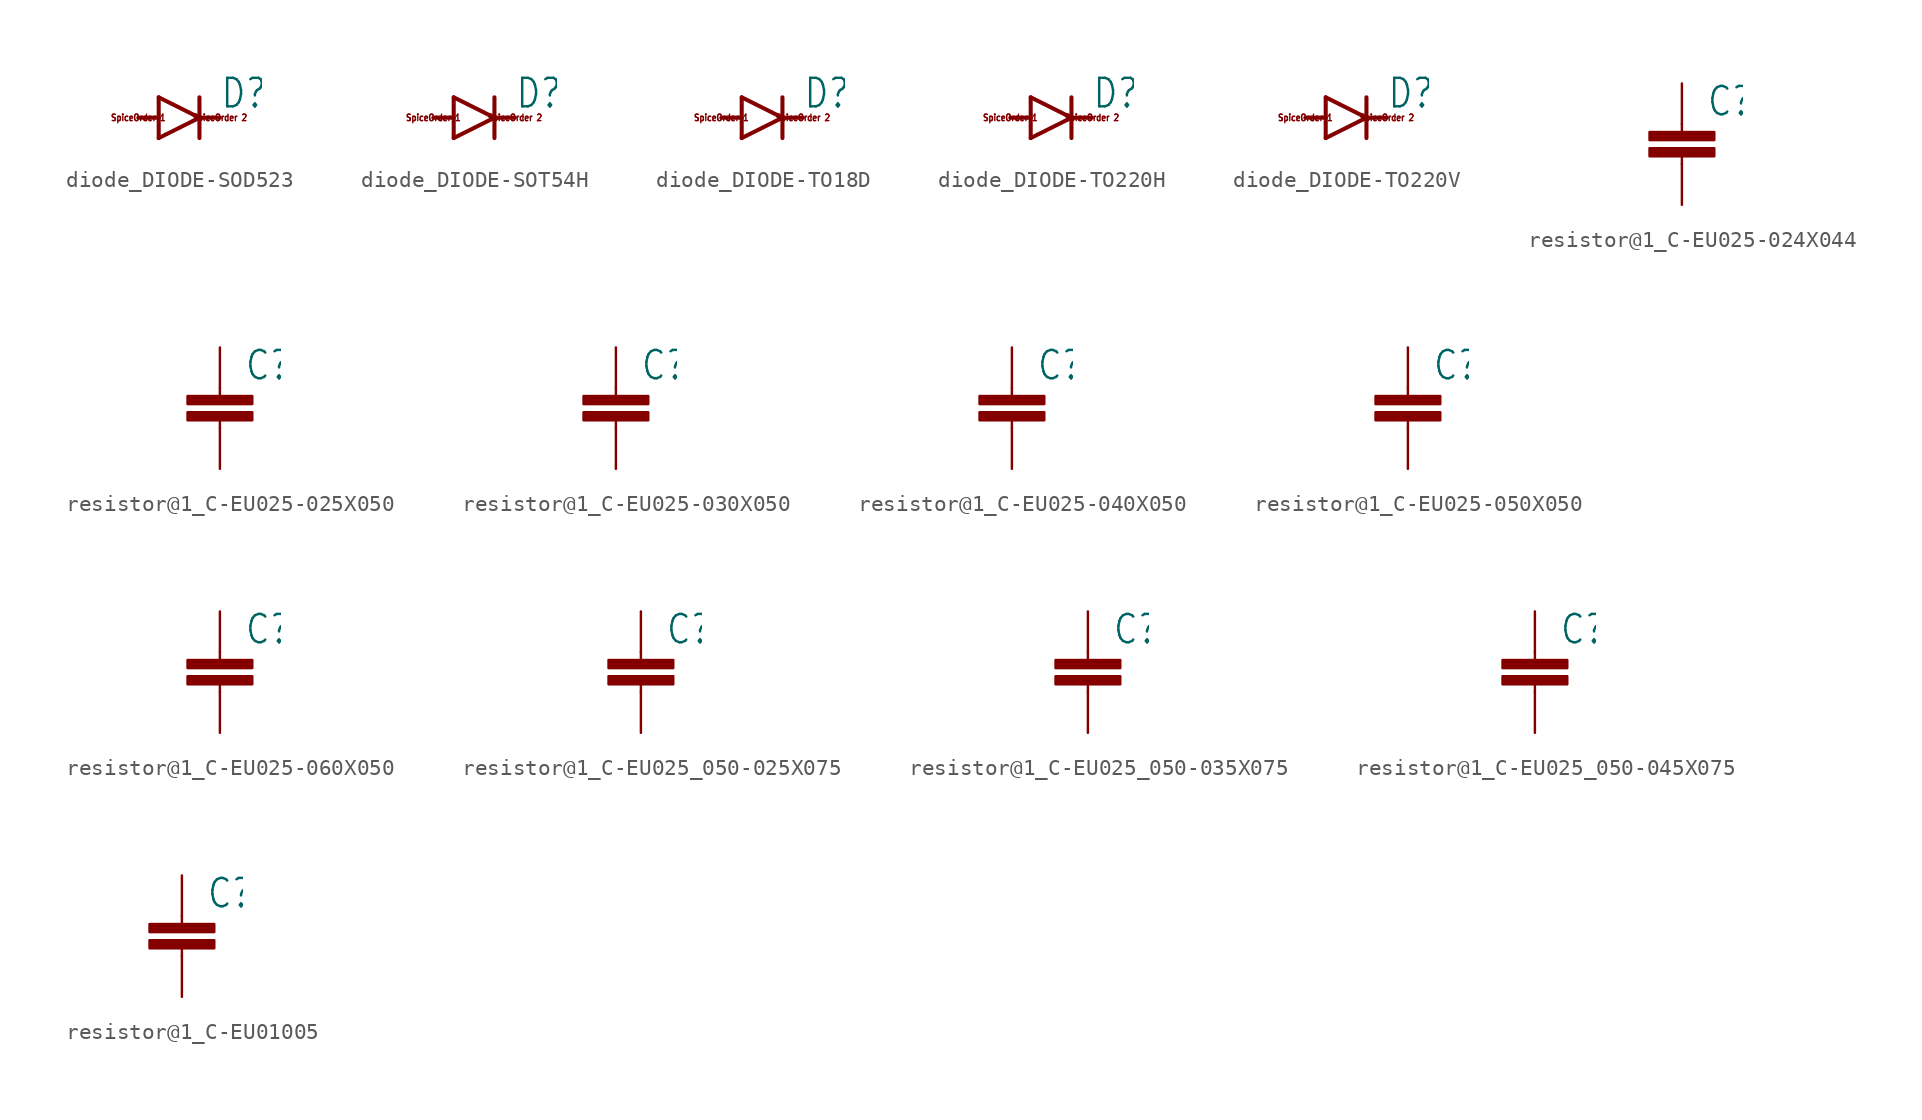
<source format=kicad_sym>
(kicad_symbol_lib
  (version 20231120)
  (generator "kicad_symbol_editor")
  (generator_version "8.0")
  (symbol "diode_DIODE-SOD523"
    (property "Reference" "D"
      (at 2.54 0.483 0)
      (effects (font (size 1.778 1.511)) (justify left bottom)))
    (property "Value" ""
      (at 2.54 -2.311 0)
      (effects (font (size 1.778 1.511)) (justify left bottom)))
    (property "ki_locked" ""
      (at 0 0 0)
      (effects (font (size 1.27 1.27))))
    (symbol "diode_DIODE-SOD523_1_0"
      (polyline (pts (xy -1.27 -1.27) (xy 1.27 0)) (stroke (width 0.254) (type solid)) (fill (type none)))
      (polyline (pts (xy -1.27 0) (xy -2.54 0)) (stroke (width 0.254) (type solid)) (fill (type none)))
      (polyline (pts (xy -1.27 0) (xy -1.27 -1.27)) (stroke (width 0.254) (type solid)) (fill (type none)))
      (polyline (pts (xy -1.27 1.27) (xy -1.27 0)) (stroke (width 0.254) (type solid)) (fill (type none)))
      (polyline (pts (xy 1.27 0) (xy -1.27 1.27)) (stroke (width 0.254) (type solid)) (fill (type none)))
      (polyline (pts (xy 1.27 0) (xy 1.27 -1.27)) (stroke (width 0.254) (type solid)) (fill (type none)))
      (polyline (pts (xy 1.27 1.27) (xy 1.27 0)) (stroke (width 0.254) (type solid)) (fill (type none)))
      (polyline (pts (xy 2.54 0) (xy 1.27 0)) (stroke (width 0.254) (type solid)) (fill (type none)))
      (text "SpiceOrder 1" (at -2.54 0 0) (effects (font (size 0.406 0.345))))
      (text "SpiceOrder 2" (at 2.54 0 0) (effects (font (size 0.406 0.345))))
      (pin passive line (at -2.54 0 0) (length 0) (name "A" (effects (font (size 0 0)))) (number "A" (effects (font (size 0 0)))))
      (pin passive line (at 2.54 0 180) (length 0) (name "C" (effects (font (size 0 0)))) (number "C" (effects (font (size 0 0)))))))
  (symbol "diode_DIODE-SOT54H"
    (property "Reference" "D"
      (at 2.54 0.483 0)
      (effects (font (size 1.778 1.511)) (justify left bottom)))
    (property "Value" ""
      (at 2.54 -2.311 0)
      (effects (font (size 1.778 1.511)) (justify left bottom)))
    (property "ki_locked" ""
      (at 0 0 0)
      (effects (font (size 1.27 1.27))))
    (symbol "diode_DIODE-SOT54H_1_0"
      (polyline (pts (xy -1.27 -1.27) (xy 1.27 0)) (stroke (width 0.254) (type solid)) (fill (type none)))
      (polyline (pts (xy -1.27 0) (xy -2.54 0)) (stroke (width 0.254) (type solid)) (fill (type none)))
      (polyline (pts (xy -1.27 0) (xy -1.27 -1.27)) (stroke (width 0.254) (type solid)) (fill (type none)))
      (polyline (pts (xy -1.27 1.27) (xy -1.27 0)) (stroke (width 0.254) (type solid)) (fill (type none)))
      (polyline (pts (xy 1.27 0) (xy -1.27 1.27)) (stroke (width 0.254) (type solid)) (fill (type none)))
      (polyline (pts (xy 1.27 0) (xy 1.27 -1.27)) (stroke (width 0.254) (type solid)) (fill (type none)))
      (polyline (pts (xy 1.27 1.27) (xy 1.27 0)) (stroke (width 0.254) (type solid)) (fill (type none)))
      (polyline (pts (xy 2.54 0) (xy 1.27 0)) (stroke (width 0.254) (type solid)) (fill (type none)))
      (text "SpiceOrder 1" (at -2.54 0 0) (effects (font (size 0.406 0.345))))
      (text "SpiceOrder 2" (at 2.54 0 0) (effects (font (size 0.406 0.345))))
      (pin passive line (at -2.54 0 0) (length 0) (name "A" (effects (font (size 0 0)))) (number "A" (effects (font (size 0 0)))))
      (pin passive line (at 2.54 0 180) (length 0) (name "C" (effects (font (size 0 0)))) (number "C" (effects (font (size 0 0)))))))
  (symbol "diode_DIODE-TO18D"
    (property "Reference" "D"
      (at 2.54 0.483 0)
      (effects (font (size 1.778 1.511)) (justify left bottom)))
    (property "Value" ""
      (at 2.54 -2.311 0)
      (effects (font (size 1.778 1.511)) (justify left bottom)))
    (property "ki_locked" ""
      (at 0 0 0)
      (effects (font (size 1.27 1.27))))
    (symbol "diode_DIODE-TO18D_1_0"
      (polyline (pts (xy -1.27 -1.27) (xy 1.27 0)) (stroke (width 0.254) (type solid)) (fill (type none)))
      (polyline (pts (xy -1.27 0) (xy -2.54 0)) (stroke (width 0.254) (type solid)) (fill (type none)))
      (polyline (pts (xy -1.27 0) (xy -1.27 -1.27)) (stroke (width 0.254) (type solid)) (fill (type none)))
      (polyline (pts (xy -1.27 1.27) (xy -1.27 0)) (stroke (width 0.254) (type solid)) (fill (type none)))
      (polyline (pts (xy 1.27 0) (xy -1.27 1.27)) (stroke (width 0.254) (type solid)) (fill (type none)))
      (polyline (pts (xy 1.27 0) (xy 1.27 -1.27)) (stroke (width 0.254) (type solid)) (fill (type none)))
      (polyline (pts (xy 1.27 1.27) (xy 1.27 0)) (stroke (width 0.254) (type solid)) (fill (type none)))
      (polyline (pts (xy 2.54 0) (xy 1.27 0)) (stroke (width 0.254) (type solid)) (fill (type none)))
      (text "SpiceOrder 1" (at -2.54 0 0) (effects (font (size 0.406 0.345))))
      (text "SpiceOrder 2" (at 2.54 0 0) (effects (font (size 0.406 0.345))))
      (pin passive line (at -2.54 0 0) (length 0) (name "A" (effects (font (size 0 0)))) (number "A" (effects (font (size 0 0)))))
      (pin passive line (at 2.54 0 180) (length 0) (name "C" (effects (font (size 0 0)))) (number "C" (effects (font (size 0 0)))))))
  (symbol "diode_DIODE-TO220H"
    (property "Reference" "D"
      (at 2.54 0.483 0)
      (effects (font (size 1.778 1.511)) (justify left bottom)))
    (property "Value" ""
      (at 2.54 -2.311 0)
      (effects (font (size 1.778 1.511)) (justify left bottom)))
    (property "ki_locked" ""
      (at 0 0 0)
      (effects (font (size 1.27 1.27))))
    (symbol "diode_DIODE-TO220H_1_0"
      (polyline (pts (xy -1.27 -1.27) (xy 1.27 0)) (stroke (width 0.254) (type solid)) (fill (type none)))
      (polyline (pts (xy -1.27 0) (xy -2.54 0)) (stroke (width 0.254) (type solid)) (fill (type none)))
      (polyline (pts (xy -1.27 0) (xy -1.27 -1.27)) (stroke (width 0.254) (type solid)) (fill (type none)))
      (polyline (pts (xy -1.27 1.27) (xy -1.27 0)) (stroke (width 0.254) (type solid)) (fill (type none)))
      (polyline (pts (xy 1.27 0) (xy -1.27 1.27)) (stroke (width 0.254) (type solid)) (fill (type none)))
      (polyline (pts (xy 1.27 0) (xy 1.27 -1.27)) (stroke (width 0.254) (type solid)) (fill (type none)))
      (polyline (pts (xy 1.27 1.27) (xy 1.27 0)) (stroke (width 0.254) (type solid)) (fill (type none)))
      (polyline (pts (xy 2.54 0) (xy 1.27 0)) (stroke (width 0.254) (type solid)) (fill (type none)))
      (text "SpiceOrder 1" (at -2.54 0 0) (effects (font (size 0.406 0.345))))
      (text "SpiceOrder 2" (at 2.54 0 0) (effects (font (size 0.406 0.345))))
      (pin passive line (at -2.54 0 0) (length 0) (name "A" (effects (font (size 0 0)))) (number "A" (effects (font (size 0 0)))))
      (pin passive line (at 2.54 0 180) (length 0) (name "C" (effects (font (size 0 0)))) (number "C" (effects (font (size 0 0)))))))
  (symbol "diode_DIODE-TO220V"
    (property "Reference" "D"
      (at 2.54 0.483 0)
      (effects (font (size 1.778 1.511)) (justify left bottom)))
    (property "Value" ""
      (at 2.54 -2.311 0)
      (effects (font (size 1.778 1.511)) (justify left bottom)))
    (property "ki_locked" ""
      (at 0 0 0)
      (effects (font (size 1.27 1.27))))
    (symbol "diode_DIODE-TO220V_1_0"
      (polyline (pts (xy -1.27 -1.27) (xy 1.27 0)) (stroke (width 0.254) (type solid)) (fill (type none)))
      (polyline (pts (xy -1.27 0) (xy -2.54 0)) (stroke (width 0.254) (type solid)) (fill (type none)))
      (polyline (pts (xy -1.27 0) (xy -1.27 -1.27)) (stroke (width 0.254) (type solid)) (fill (type none)))
      (polyline (pts (xy -1.27 1.27) (xy -1.27 0)) (stroke (width 0.254) (type solid)) (fill (type none)))
      (polyline (pts (xy 1.27 0) (xy -1.27 1.27)) (stroke (width 0.254) (type solid)) (fill (type none)))
      (polyline (pts (xy 1.27 0) (xy 1.27 -1.27)) (stroke (width 0.254) (type solid)) (fill (type none)))
      (polyline (pts (xy 1.27 1.27) (xy 1.27 0)) (stroke (width 0.254) (type solid)) (fill (type none)))
      (polyline (pts (xy 2.54 0) (xy 1.27 0)) (stroke (width 0.254) (type solid)) (fill (type none)))
      (text "SpiceOrder 1" (at -2.54 0 0) (effects (font (size 0.406 0.345))))
      (text "SpiceOrder 2" (at 2.54 0 0) (effects (font (size 0.406 0.345))))
      (pin passive line (at -2.54 0 0) (length 0) (name "A" (effects (font (size 0 0)))) (number "A" (effects (font (size 0 0)))))
      (pin passive line (at 2.54 0 180) (length 0) (name "C" (effects (font (size 0 0)))) (number "C" (effects (font (size 0 0)))))))
  (symbol "resistor@1_C-EU025-024X044"
    (property "Reference" "C"
      (at 1.524 0.381 0)
      (effects (font (size 1.778 1.511)) (justify left bottom)))
    (property "Value" ""
      (at 1.524 -4.699 0)
      (effects (font (size 1.778 1.511)) (justify left bottom)))
    (property "ki_locked" ""
      (at 0 0 0)
      (effects (font (size 1.27 1.27))))
    (symbol "resistor@1_C-EU025-024X044_1_0"
      (rectangle (start -2.032 -2.032) (end 2.032 -1.524) (stroke (width 0) (type default)) (fill (type outline)))
      (rectangle (start -2.032 -1.016) (end 2.032 -0.508) (stroke (width 0) (type default)) (fill (type outline)))
      (polyline (pts (xy 0 -2.54) (xy 0 -2.032)) (stroke (width 0.152) (type solid)) (fill (type none)))
      (polyline (pts (xy 0 0) (xy 0 -0.508)) (stroke (width 0.152) (type solid)) (fill (type none)))
      (pin passive line (at 0 2.54 270) (length 2.54) (name "1" (effects (font (size 0 0)))) (number "1" (effects (font (size 0 0)))))
      (pin passive line (at 0 -5.08 90) (length 2.54) (name "2" (effects (font (size 0 0)))) (number "2" (effects (font (size 0 0)))))))
  (symbol "resistor@1_C-EU025-025X050"
    (property "Reference" "C"
      (at 1.524 0.381 0)
      (effects (font (size 1.778 1.511)) (justify left bottom)))
    (property "Value" ""
      (at 1.524 -4.699 0)
      (effects (font (size 1.778 1.511)) (justify left bottom)))
    (property "ki_locked" ""
      (at 0 0 0)
      (effects (font (size 1.27 1.27))))
    (symbol "resistor@1_C-EU025-025X050_1_0"
      (rectangle (start -2.032 -2.032) (end 2.032 -1.524) (stroke (width 0) (type default)) (fill (type outline)))
      (rectangle (start -2.032 -1.016) (end 2.032 -0.508) (stroke (width 0) (type default)) (fill (type outline)))
      (polyline (pts (xy 0 -2.54) (xy 0 -2.032)) (stroke (width 0.152) (type solid)) (fill (type none)))
      (polyline (pts (xy 0 0) (xy 0 -0.508)) (stroke (width 0.152) (type solid)) (fill (type none)))
      (pin passive line (at 0 2.54 270) (length 2.54) (name "1" (effects (font (size 0 0)))) (number "1" (effects (font (size 0 0)))))
      (pin passive line (at 0 -5.08 90) (length 2.54) (name "2" (effects (font (size 0 0)))) (number "2" (effects (font (size 0 0)))))))
  (symbol "resistor@1_C-EU025-030X050"
    (property "Reference" "C"
      (at 1.524 0.381 0)
      (effects (font (size 1.778 1.511)) (justify left bottom)))
    (property "Value" ""
      (at 1.524 -4.699 0)
      (effects (font (size 1.778 1.511)) (justify left bottom)))
    (property "ki_locked" ""
      (at 0 0 0)
      (effects (font (size 1.27 1.27))))
    (symbol "resistor@1_C-EU025-030X050_1_0"
      (rectangle (start -2.032 -2.032) (end 2.032 -1.524) (stroke (width 0) (type default)) (fill (type outline)))
      (rectangle (start -2.032 -1.016) (end 2.032 -0.508) (stroke (width 0) (type default)) (fill (type outline)))
      (polyline (pts (xy 0 -2.54) (xy 0 -2.032)) (stroke (width 0.152) (type solid)) (fill (type none)))
      (polyline (pts (xy 0 0) (xy 0 -0.508)) (stroke (width 0.152) (type solid)) (fill (type none)))
      (pin passive line (at 0 2.54 270) (length 2.54) (name "1" (effects (font (size 0 0)))) (number "1" (effects (font (size 0 0)))))
      (pin passive line (at 0 -5.08 90) (length 2.54) (name "2" (effects (font (size 0 0)))) (number "2" (effects (font (size 0 0)))))))
  (symbol "resistor@1_C-EU025-040X050"
    (property "Reference" "C"
      (at 1.524 0.381 0)
      (effects (font (size 1.778 1.511)) (justify left bottom)))
    (property "Value" ""
      (at 1.524 -4.699 0)
      (effects (font (size 1.778 1.511)) (justify left bottom)))
    (property "ki_locked" ""
      (at 0 0 0)
      (effects (font (size 1.27 1.27))))
    (symbol "resistor@1_C-EU025-040X050_1_0"
      (rectangle (start -2.032 -2.032) (end 2.032 -1.524) (stroke (width 0) (type default)) (fill (type outline)))
      (rectangle (start -2.032 -1.016) (end 2.032 -0.508) (stroke (width 0) (type default)) (fill (type outline)))
      (polyline (pts (xy 0 -2.54) (xy 0 -2.032)) (stroke (width 0.152) (type solid)) (fill (type none)))
      (polyline (pts (xy 0 0) (xy 0 -0.508)) (stroke (width 0.152) (type solid)) (fill (type none)))
      (pin passive line (at 0 2.54 270) (length 2.54) (name "1" (effects (font (size 0 0)))) (number "1" (effects (font (size 0 0)))))
      (pin passive line (at 0 -5.08 90) (length 2.54) (name "2" (effects (font (size 0 0)))) (number "2" (effects (font (size 0 0)))))))
  (symbol "resistor@1_C-EU025-050X050"
    (property "Reference" "C"
      (at 1.524 0.381 0)
      (effects (font (size 1.778 1.511)) (justify left bottom)))
    (property "Value" ""
      (at 1.524 -4.699 0)
      (effects (font (size 1.778 1.511)) (justify left bottom)))
    (property "ki_locked" ""
      (at 0 0 0)
      (effects (font (size 1.27 1.27))))
    (symbol "resistor@1_C-EU025-050X050_1_0"
      (rectangle (start -2.032 -2.032) (end 2.032 -1.524) (stroke (width 0) (type default)) (fill (type outline)))
      (rectangle (start -2.032 -1.016) (end 2.032 -0.508) (stroke (width 0) (type default)) (fill (type outline)))
      (polyline (pts (xy 0 -2.54) (xy 0 -2.032)) (stroke (width 0.152) (type solid)) (fill (type none)))
      (polyline (pts (xy 0 0) (xy 0 -0.508)) (stroke (width 0.152) (type solid)) (fill (type none)))
      (pin passive line (at 0 2.54 270) (length 2.54) (name "1" (effects (font (size 0 0)))) (number "1" (effects (font (size 0 0)))))
      (pin passive line (at 0 -5.08 90) (length 2.54) (name "2" (effects (font (size 0 0)))) (number "2" (effects (font (size 0 0)))))))
  (symbol "resistor@1_C-EU025-060X050"
    (property "Reference" "C"
      (at 1.524 0.381 0)
      (effects (font (size 1.778 1.511)) (justify left bottom)))
    (property "Value" ""
      (at 1.524 -4.699 0)
      (effects (font (size 1.778 1.511)) (justify left bottom)))
    (property "ki_locked" ""
      (at 0 0 0)
      (effects (font (size 1.27 1.27))))
    (symbol "resistor@1_C-EU025-060X050_1_0"
      (rectangle (start -2.032 -2.032) (end 2.032 -1.524) (stroke (width 0) (type default)) (fill (type outline)))
      (rectangle (start -2.032 -1.016) (end 2.032 -0.508) (stroke (width 0) (type default)) (fill (type outline)))
      (polyline (pts (xy 0 -2.54) (xy 0 -2.032)) (stroke (width 0.152) (type solid)) (fill (type none)))
      (polyline (pts (xy 0 0) (xy 0 -0.508)) (stroke (width 0.152) (type solid)) (fill (type none)))
      (pin passive line (at 0 2.54 270) (length 2.54) (name "1" (effects (font (size 0 0)))) (number "1" (effects (font (size 0 0)))))
      (pin passive line (at 0 -5.08 90) (length 2.54) (name "2" (effects (font (size 0 0)))) (number "2" (effects (font (size 0 0)))))))
  (symbol "resistor@1_C-EU025_050-025X075"
    (property "Reference" "C"
      (at 1.524 0.381 0)
      (effects (font (size 1.778 1.511)) (justify left bottom)))
    (property "Value" ""
      (at 1.524 -4.699 0)
      (effects (font (size 1.778 1.511)) (justify left bottom)))
    (property "ki_locked" ""
      (at 0 0 0)
      (effects (font (size 1.27 1.27))))
    (symbol "resistor@1_C-EU025_050-025X075_1_0"
      (rectangle (start -2.032 -2.032) (end 2.032 -1.524) (stroke (width 0) (type default)) (fill (type outline)))
      (rectangle (start -2.032 -1.016) (end 2.032 -0.508) (stroke (width 0) (type default)) (fill (type outline)))
      (polyline (pts (xy 0 -2.54) (xy 0 -2.032)) (stroke (width 0.152) (type solid)) (fill (type none)))
      (polyline (pts (xy 0 0) (xy 0 -0.508)) (stroke (width 0.152) (type solid)) (fill (type none)))
      (pin passive line (at 0 2.54 270) (length 2.54) (name "1" (effects (font (size 0 0)))) (number "1" (effects (font (size 0 0)))))
      (pin passive line (at 0 -5.08 90) (length 2.54) (name "2" (effects (font (size 0 0)))) (number "2" (effects (font (size 0 0)))))))
  (symbol "resistor@1_C-EU025_050-035X075"
    (property "Reference" "C"
      (at 1.524 0.381 0)
      (effects (font (size 1.778 1.511)) (justify left bottom)))
    (property "Value" ""
      (at 1.524 -4.699 0)
      (effects (font (size 1.778 1.511)) (justify left bottom)))
    (property "ki_locked" ""
      (at 0 0 0)
      (effects (font (size 1.27 1.27))))
    (symbol "resistor@1_C-EU025_050-035X075_1_0"
      (rectangle (start -2.032 -2.032) (end 2.032 -1.524) (stroke (width 0) (type default)) (fill (type outline)))
      (rectangle (start -2.032 -1.016) (end 2.032 -0.508) (stroke (width 0) (type default)) (fill (type outline)))
      (polyline (pts (xy 0 -2.54) (xy 0 -2.032)) (stroke (width 0.152) (type solid)) (fill (type none)))
      (polyline (pts (xy 0 0) (xy 0 -0.508)) (stroke (width 0.152) (type solid)) (fill (type none)))
      (pin passive line (at 0 2.54 270) (length 2.54) (name "1" (effects (font (size 0 0)))) (number "1" (effects (font (size 0 0)))))
      (pin passive line (at 0 -5.08 90) (length 2.54) (name "2" (effects (font (size 0 0)))) (number "2" (effects (font (size 0 0)))))))
  (symbol "resistor@1_C-EU025_050-045X075"
    (property "Reference" "C"
      (at 1.524 0.381 0)
      (effects (font (size 1.778 1.511)) (justify left bottom)))
    (property "Value" ""
      (at 1.524 -4.699 0)
      (effects (font (size 1.778 1.511)) (justify left bottom)))
    (property "ki_locked" ""
      (at 0 0 0)
      (effects (font (size 1.27 1.27))))
    (symbol "resistor@1_C-EU025_050-045X075_1_0"
      (rectangle (start -2.032 -2.032) (end 2.032 -1.524) (stroke (width 0) (type default)) (fill (type outline)))
      (rectangle (start -2.032 -1.016) (end 2.032 -0.508) (stroke (width 0) (type default)) (fill (type outline)))
      (polyline (pts (xy 0 -2.54) (xy 0 -2.032)) (stroke (width 0.152) (type solid)) (fill (type none)))
      (polyline (pts (xy 0 0) (xy 0 -0.508)) (stroke (width 0.152) (type solid)) (fill (type none)))
      (pin passive line (at 0 2.54 270) (length 2.54) (name "1" (effects (font (size 0 0)))) (number "1" (effects (font (size 0 0)))))
      (pin passive line (at 0 -5.08 90) (length 2.54) (name "2" (effects (font (size 0 0)))) (number "2" (effects (font (size 0 0)))))))
  (symbol "resistor@1_C-EU01005"
    (property "Reference" "C"
      (at 1.524 0.381 0)
      (effects (font (size 1.778 1.511)) (justify left bottom)))
    (property "Value" ""
      (at 1.524 -4.699 0)
      (effects (font (size 1.778 1.511)) (justify left bottom)))
    (property "ki_locked" ""
      (at 0 0 0)
      (effects (font (size 1.27 1.27))))
    (symbol "resistor@1_C-EU01005_1_0"
      (rectangle (start -2.032 -2.032) (end 2.032 -1.524) (stroke (width 0) (type default)) (fill (type outline)))
      (rectangle (start -2.032 -1.016) (end 2.032 -0.508) (stroke (width 0) (type default)) (fill (type outline)))
      (polyline (pts (xy 0 -2.54) (xy 0 -2.032)) (stroke (width 0.152) (type solid)) (fill (type none)))
      (polyline (pts (xy 0 0) (xy 0 -0.508)) (stroke (width 0.152) (type solid)) (fill (type none)))
      (pin passive line (at 0 2.54 270) (length 2.54) (name "1" (effects (font (size 0 0)))) (number "1" (effects (font (size 0 0)))))
      (pin passive line (at 0 -5.08 90) (length 2.54) (name "2" (effects (font (size 0 0)))) (number "2" (effects (font (size 0 0))))))))
</source>
